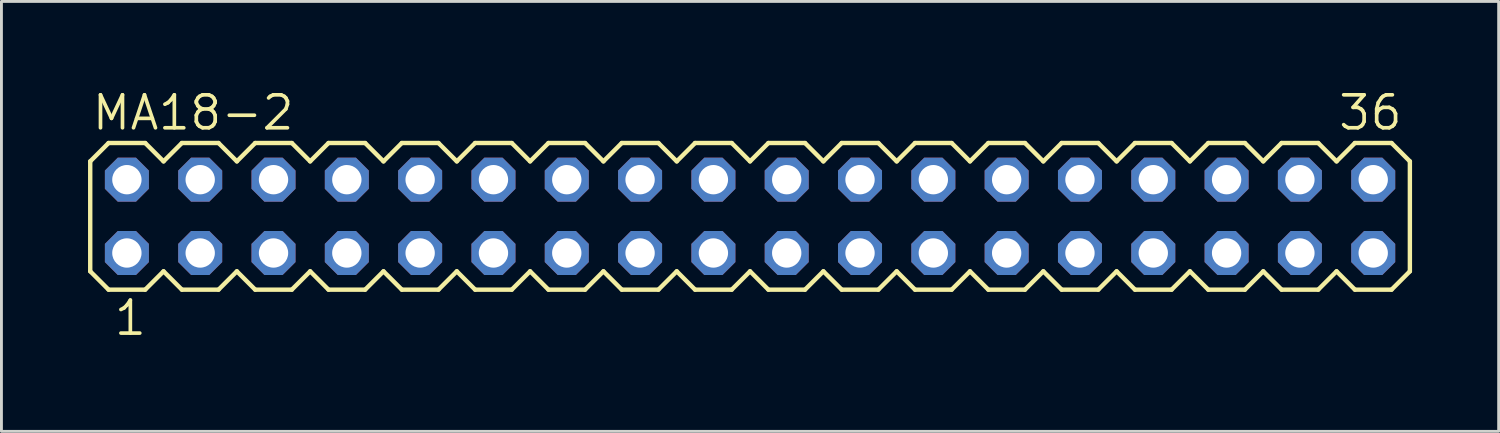
<source format=kicad_pcb>
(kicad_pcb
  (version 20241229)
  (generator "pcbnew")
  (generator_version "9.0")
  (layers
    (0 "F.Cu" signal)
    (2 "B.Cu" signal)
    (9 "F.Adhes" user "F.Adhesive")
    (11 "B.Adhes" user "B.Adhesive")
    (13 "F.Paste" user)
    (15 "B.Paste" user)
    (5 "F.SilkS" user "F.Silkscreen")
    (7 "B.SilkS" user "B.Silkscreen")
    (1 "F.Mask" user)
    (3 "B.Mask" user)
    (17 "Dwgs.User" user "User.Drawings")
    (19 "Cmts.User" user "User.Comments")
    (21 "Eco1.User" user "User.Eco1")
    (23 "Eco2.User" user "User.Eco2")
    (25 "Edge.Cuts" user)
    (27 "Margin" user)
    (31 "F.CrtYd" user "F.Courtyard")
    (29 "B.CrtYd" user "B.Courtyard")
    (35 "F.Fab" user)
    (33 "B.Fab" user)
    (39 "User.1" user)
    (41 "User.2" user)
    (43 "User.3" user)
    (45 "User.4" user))
  (footprint "MA18-2"
    (layer "F.Cu")
    (at 22.936 4.445)
    (property "Reference" "MA18-2" (at -22.86 -2.921 0) (unlocked yes) (layer "F.SilkS") (effects (font (size 1.143 1.143) (thickness 0.127)) (justify left bottom)))
    (fp_line (start -22.86 -1.905) (end -22.86 1.905) (stroke (width 0.152) (type solid)) (layer "F.SilkS"))
    (fp_line (start -22.86 1.905) (end -22.225 2.54) (stroke (width 0.152) (type solid)) (layer "F.SilkS"))
    (fp_line (start -22.225 -2.54) (end -22.86 -1.905) (stroke (width 0.152) (type solid)) (layer "F.SilkS"))
    (fp_line (start -22.225 -2.54) (end -20.955 -2.54) (stroke (width 0.152) (type solid)) (layer "F.SilkS"))
    (fp_line (start -20.955 -2.54) (end -20.32 -1.905) (stroke (width 0.152) (type solid)) (layer "F.SilkS"))
    (fp_line (start -20.955 2.54) (end -22.225 2.54) (stroke (width 0.152) (type solid)) (layer "F.SilkS"))
    (fp_line (start -20.32 -1.905) (end -19.685 -2.54) (stroke (width 0.152) (type solid)) (layer "F.SilkS"))
    (fp_line (start -20.32 1.905) (end -20.955 2.54) (stroke (width 0.152) (type solid)) (layer "F.SilkS"))
    (fp_line (start -19.685 -2.54) (end -18.415 -2.54) (stroke (width 0.152) (type solid)) (layer "F.SilkS"))
    (fp_line (start -19.685 2.54) (end -20.32 1.905) (stroke (width 0.152) (type solid)) (layer "F.SilkS"))
    (fp_line (start -18.415 -2.54) (end -17.78 -1.905) (stroke (width 0.152) (type solid)) (layer "F.SilkS"))
    (fp_line (start -18.415 2.54) (end -19.685 2.54) (stroke (width 0.152) (type solid)) (layer "F.SilkS"))
    (fp_line (start -17.78 -1.905) (end -17.145 -2.54) (stroke (width 0.152) (type solid)) (layer "F.SilkS"))
    (fp_line (start -17.78 1.905) (end -18.415 2.54) (stroke (width 0.152) (type solid)) (layer "F.SilkS"))
    (fp_line (start -17.145 -2.54) (end -15.875 -2.54) (stroke (width 0.152) (type solid)) (layer "F.SilkS"))
    (fp_line (start -17.145 2.54) (end -17.78 1.905) (stroke (width 0.152) (type solid)) (layer "F.SilkS"))
    (fp_line (start -15.875 -2.54) (end -15.24 -1.905) (stroke (width 0.152) (type solid)) (layer "F.SilkS"))
    (fp_line (start -15.875 2.54) (end -17.145 2.54) (stroke (width 0.152) (type solid)) (layer "F.SilkS"))
    (fp_line (start -15.24 1.905) (end -15.875 2.54) (stroke (width 0.152) (type solid)) (layer "F.SilkS"))
    (fp_line (start -15.24 1.905) (end -14.605 2.54) (stroke (width 0.152) (type solid)) (layer "F.SilkS"))
    (fp_line (start -14.605 -2.54) (end -15.24 -1.905) (stroke (width 0.152) (type solid)) (layer "F.SilkS"))
    (fp_line (start -14.605 -2.54) (end -13.335 -2.54) (stroke (width 0.152) (type solid)) (layer "F.SilkS"))
    (fp_line (start -13.335 -2.54) (end -12.7 -1.905) (stroke (width 0.152) (type solid)) (layer "F.SilkS"))
    (fp_line (start -13.335 2.54) (end -14.605 2.54) (stroke (width 0.152) (type solid)) (layer "F.SilkS"))
    (fp_line (start -12.7 -1.905) (end -12.065 -2.54) (stroke (width 0.152) (type solid)) (layer "F.SilkS"))
    (fp_line (start -12.7 1.905) (end -13.335 2.54) (stroke (width 0.152) (type solid)) (layer "F.SilkS"))
    (fp_line (start -12.065 -2.54) (end -10.795 -2.54) (stroke (width 0.152) (type solid)) (layer "F.SilkS"))
    (fp_line (start -12.065 2.54) (end -12.7 1.905) (stroke (width 0.152) (type solid)) (layer "F.SilkS"))
    (fp_line (start -10.795 -2.54) (end -10.16 -1.905) (stroke (width 0.152) (type solid)) (layer "F.SilkS"))
    (fp_line (start -10.795 2.54) (end -12.065 2.54) (stroke (width 0.152) (type solid)) (layer "F.SilkS"))
    (fp_line (start -10.16 -1.905) (end -9.525 -2.54) (stroke (width 0.152) (type solid)) (layer "F.SilkS"))
    (fp_line (start -10.16 1.905) (end -10.795 2.54) (stroke (width 0.152) (type solid)) (layer "F.SilkS"))
    (fp_line (start -9.525 -2.54) (end -8.255 -2.54) (stroke (width 0.152) (type solid)) (layer "F.SilkS"))
    (fp_line (start -9.525 2.54) (end -10.16 1.905) (stroke (width 0.152) (type solid)) (layer "F.SilkS"))
    (fp_line (start -8.255 -2.54) (end -7.62 -1.905) (stroke (width 0.152) (type solid)) (layer "F.SilkS"))
    (fp_line (start -8.255 2.54) (end -9.525 2.54) (stroke (width 0.152) (type solid)) (layer "F.SilkS"))
    (fp_line (start -7.62 -1.905) (end -6.985 -2.54) (stroke (width 0.152) (type solid)) (layer "F.SilkS"))
    (fp_line (start -7.62 1.905) (end -8.255 2.54) (stroke (width 0.152) (type solid)) (layer "F.SilkS"))
    (fp_line (start -6.985 -2.54) (end -5.715 -2.54) (stroke (width 0.152) (type solid)) (layer "F.SilkS"))
    (fp_line (start -6.985 2.54) (end -7.62 1.905) (stroke (width 0.152) (type solid)) (layer "F.SilkS"))
    (fp_line (start -5.715 -2.54) (end -5.08 -1.905) (stroke (width 0.152) (type solid)) (layer "F.SilkS"))
    (fp_line (start -5.715 2.54) (end -6.985 2.54) (stroke (width 0.152) (type solid)) (layer "F.SilkS"))
    (fp_line (start -5.08 1.905) (end -5.715 2.54) (stroke (width 0.152) (type solid)) (layer "F.SilkS"))
    (fp_line (start -5.08 1.905) (end -4.445 2.54) (stroke (width 0.152) (type solid)) (layer "F.SilkS"))
    (fp_line (start -4.445 -2.54) (end -5.08 -1.905) (stroke (width 0.152) (type solid)) (layer "F.SilkS"))
    (fp_line (start -4.445 -2.54) (end -3.175 -2.54) (stroke (width 0.152) (type solid)) (layer "F.SilkS"))
    (fp_line (start -3.175 -2.54) (end -2.54 -1.905) (stroke (width 0.152) (type solid)) (layer "F.SilkS"))
    (fp_line (start -3.175 2.54) (end -4.445 2.54) (stroke (width 0.152) (type solid)) (layer "F.SilkS"))
    (fp_line (start -2.54 -1.905) (end -1.905 -2.54) (stroke (width 0.152) (type solid)) (layer "F.SilkS"))
    (fp_line (start -2.54 1.905) (end -3.175 2.54) (stroke (width 0.152) (type solid)) (layer "F.SilkS"))
    (fp_line (start -1.905 -2.54) (end -0.635 -2.54) (stroke (width 0.152) (type solid)) (layer "F.SilkS"))
    (fp_line (start -1.905 2.54) (end -2.54 1.905) (stroke (width 0.152) (type solid)) (layer "F.SilkS"))
    (fp_line (start -0.635 -2.54) (end 0 -1.905) (stroke (width 0.152) (type solid)) (layer "F.SilkS"))
    (fp_line (start -0.635 2.54) (end -1.905 2.54) (stroke (width 0.152) (type solid)) (layer "F.SilkS"))
    (fp_line (start 0 -1.905) (end 0.635 -2.54) (stroke (width 0.152) (type solid)) (layer "F.SilkS"))
    (fp_line (start 0 1.905) (end -0.635 2.54) (stroke (width 0.152) (type solid)) (layer "F.SilkS"))
    (fp_line (start 0.635 -2.54) (end 1.905 -2.54) (stroke (width 0.152) (type solid)) (layer "F.SilkS"))
    (fp_line (start 0.635 2.54) (end 0 1.905) (stroke (width 0.152) (type solid)) (layer "F.SilkS"))
    (fp_line (start 1.905 -2.54) (end 2.54 -1.905) (stroke (width 0.152) (type solid)) (layer "F.SilkS"))
    (fp_line (start 1.905 2.54) (end 0.635 2.54) (stroke (width 0.152) (type solid)) (layer "F.SilkS"))
    (fp_line (start 2.54 1.905) (end 1.905 2.54) (stroke (width 0.152) (type solid)) (layer "F.SilkS"))
    (fp_line (start 2.54 1.905) (end 3.175 2.54) (stroke (width 0.152) (type solid)) (layer "F.SilkS"))
    (fp_line (start 3.175 -2.54) (end 2.54 -1.905) (stroke (width 0.152) (type solid)) (layer "F.SilkS"))
    (fp_line (start 3.175 -2.54) (end 4.445 -2.54) (stroke (width 0.152) (type solid)) (layer "F.SilkS"))
    (fp_line (start 4.445 -2.54) (end 5.08 -1.905) (stroke (width 0.152) (type solid)) (layer "F.SilkS"))
    (fp_line (start 4.445 2.54) (end 3.175 2.54) (stroke (width 0.152) (type solid)) (layer "F.SilkS"))
    (fp_line (start 5.08 -1.905) (end 5.715 -2.54) (stroke (width 0.152) (type solid)) (layer "F.SilkS"))
    (fp_line (start 5.08 1.905) (end 4.445 2.54) (stroke (width 0.152) (type solid)) (layer "F.SilkS"))
    (fp_line (start 5.715 -2.54) (end 6.985 -2.54) (stroke (width 0.152) (type solid)) (layer "F.SilkS"))
    (fp_line (start 5.715 2.54) (end 5.08 1.905) (stroke (width 0.152) (type solid)) (layer "F.SilkS"))
    (fp_line (start 6.985 -2.54) (end 7.62 -1.905) (stroke (width 0.152) (type solid)) (layer "F.SilkS"))
    (fp_line (start 6.985 2.54) (end 5.715 2.54) (stroke (width 0.152) (type solid)) (layer "F.SilkS"))
    (fp_line (start 7.62 -1.905) (end 8.255 -2.54) (stroke (width 0.152) (type solid)) (layer "F.SilkS"))
    (fp_line (start 7.62 1.905) (end 6.985 2.54) (stroke (width 0.152) (type solid)) (layer "F.SilkS"))
    (fp_line (start 8.255 -2.54) (end 9.525 -2.54) (stroke (width 0.152) (type solid)) (layer "F.SilkS"))
    (fp_line (start 8.255 2.54) (end 7.62 1.905) (stroke (width 0.152) (type solid)) (layer "F.SilkS"))
    (fp_line (start 9.525 -2.54) (end 10.16 -1.905) (stroke (width 0.152) (type solid)) (layer "F.SilkS"))
    (fp_line (start 9.525 2.54) (end 8.255 2.54) (stroke (width 0.152) (type solid)) (layer "F.SilkS"))
    (fp_line (start 10.16 -1.905) (end 10.795 -2.54) (stroke (width 0.152) (type solid)) (layer "F.SilkS"))
    (fp_line (start 10.16 1.905) (end 9.525 2.54) (stroke (width 0.152) (type solid)) (layer "F.SilkS"))
    (fp_line (start 10.795 -2.54) (end 12.065 -2.54) (stroke (width 0.152) (type solid)) (layer "F.SilkS"))
    (fp_line (start 10.795 2.54) (end 10.16 1.905) (stroke (width 0.152) (type solid)) (layer "F.SilkS"))
    (fp_line (start 12.065 -2.54) (end 12.7 -1.905) (stroke (width 0.152) (type solid)) (layer "F.SilkS"))
    (fp_line (start 12.065 2.54) (end 10.795 2.54) (stroke (width 0.152) (type solid)) (layer "F.SilkS"))
    (fp_line (start 12.7 1.905) (end 12.065 2.54) (stroke (width 0.152) (type solid)) (layer "F.SilkS"))
    (fp_line (start 12.7 1.905) (end 13.335 2.54) (stroke (width 0.152) (type solid)) (layer "F.SilkS"))
    (fp_line (start 13.335 -2.54) (end 12.7 -1.905) (stroke (width 0.152) (type solid)) (layer "F.SilkS"))
    (fp_line (start 13.335 -2.54) (end 14.605 -2.54) (stroke (width 0.152) (type solid)) (layer "F.SilkS"))
    (fp_line (start 14.605 -2.54) (end 15.24 -1.905) (stroke (width 0.152) (type solid)) (layer "F.SilkS"))
    (fp_line (start 14.605 2.54) (end 13.335 2.54) (stroke (width 0.152) (type solid)) (layer "F.SilkS"))
    (fp_line (start 15.24 -1.905) (end 15.875 -2.54) (stroke (width 0.152) (type solid)) (layer "F.SilkS"))
    (fp_line (start 15.24 1.905) (end 14.605 2.54) (stroke (width 0.152) (type solid)) (layer "F.SilkS"))
    (fp_line (start 15.875 -2.54) (end 17.145 -2.54) (stroke (width 0.152) (type solid)) (layer "F.SilkS"))
    (fp_line (start 15.875 2.54) (end 15.24 1.905) (stroke (width 0.152) (type solid)) (layer "F.SilkS"))
    (fp_line (start 17.145 -2.54) (end 17.78 -1.905) (stroke (width 0.152) (type solid)) (layer "F.SilkS"))
    (fp_line (start 17.145 2.54) (end 15.875 2.54) (stroke (width 0.152) (type solid)) (layer "F.SilkS"))
    (fp_line (start 17.78 -1.905) (end 18.415 -2.54) (stroke (width 0.152) (type solid)) (layer "F.SilkS"))
    (fp_line (start 17.78 1.905) (end 17.145 2.54) (stroke (width 0.152) (type solid)) (layer "F.SilkS"))
    (fp_line (start 18.415 -2.54) (end 19.685 -2.54) (stroke (width 0.152) (type solid)) (layer "F.SilkS"))
    (fp_line (start 18.415 2.54) (end 17.78 1.905) (stroke (width 0.152) (type solid)) (layer "F.SilkS"))
    (fp_line (start 19.685 -2.54) (end 20.32 -1.905) (stroke (width 0.152) (type solid)) (layer "F.SilkS"))
    (fp_line (start 19.685 2.54) (end 18.415 2.54) (stroke (width 0.152) (type solid)) (layer "F.SilkS"))
    (fp_line (start 20.32 -1.905) (end 20.955 -2.54) (stroke (width 0.152) (type solid)) (layer "F.SilkS"))
    (fp_line (start 20.32 1.905) (end 19.685 2.54) (stroke (width 0.152) (type solid)) (layer "F.SilkS"))
    (fp_line (start 20.955 -2.54) (end 22.225 -2.54) (stroke (width 0.152) (type solid)) (layer "F.SilkS"))
    (fp_line (start 20.955 2.54) (end 20.32 1.905) (stroke (width 0.152) (type solid)) (layer "F.SilkS"))
    (fp_line (start 22.225 -2.54) (end 22.86 -1.905) (stroke (width 0.152) (type solid)) (layer "F.SilkS"))
    (fp_line (start 22.225 2.54) (end 20.955 2.54) (stroke (width 0.152) (type solid)) (layer "F.SilkS"))
    (fp_line (start 22.86 -1.905) (end 22.86 1.905) (stroke (width 0.152) (type solid)) (layer "F.SilkS"))
    (fp_line (start 22.86 1.905) (end 22.225 2.54) (stroke (width 0.152) (type solid)) (layer "F.SilkS"))
    (fp_poly (pts (xy -21.844 -1.016) (xy -21.336 -1.016) (xy -21.336 -1.524) (xy -21.844 -1.524)) (stroke (width 0.1) (type default)) (fill no) (layer "F.Fab"))
    (fp_poly (pts (xy -21.844 1.524) (xy -21.336 1.524) (xy -21.336 1.016) (xy -21.844 1.016)) (stroke (width 0.1) (type default)) (fill no) (layer "F.Fab"))
    (fp_poly (pts (xy -19.304 -1.016) (xy -18.796 -1.016) (xy -18.796 -1.524) (xy -19.304 -1.524)) (stroke (width 0.1) (type default)) (fill no) (layer "F.Fab"))
    (fp_poly (pts (xy -19.304 1.524) (xy -18.796 1.524) (xy -18.796 1.016) (xy -19.304 1.016)) (stroke (width 0.1) (type default)) (fill no) (layer "F.Fab"))
    (fp_poly (pts (xy -16.764 -1.016) (xy -16.256 -1.016) (xy -16.256 -1.524) (xy -16.764 -1.524)) (stroke (width 0.1) (type default)) (fill no) (layer "F.Fab"))
    (fp_poly (pts (xy -16.764 1.524) (xy -16.256 1.524) (xy -16.256 1.016) (xy -16.764 1.016)) (stroke (width 0.1) (type default)) (fill no) (layer "F.Fab"))
    (fp_poly (pts (xy -14.224 -1.016) (xy -13.716 -1.016) (xy -13.716 -1.524) (xy -14.224 -1.524)) (stroke (width 0.1) (type default)) (fill no) (layer "F.Fab"))
    (fp_poly (pts (xy -14.224 1.524) (xy -13.716 1.524) (xy -13.716 1.016) (xy -14.224 1.016)) (stroke (width 0.1) (type default)) (fill no) (layer "F.Fab"))
    (fp_poly (pts (xy -11.684 -1.016) (xy -11.176 -1.016) (xy -11.176 -1.524) (xy -11.684 -1.524)) (stroke (width 0.1) (type default)) (fill no) (layer "F.Fab"))
    (fp_poly (pts (xy -11.684 1.524) (xy -11.176 1.524) (xy -11.176 1.016) (xy -11.684 1.016)) (stroke (width 0.1) (type default)) (fill no) (layer "F.Fab"))
    (fp_poly (pts (xy -9.144 -1.016) (xy -8.636 -1.016) (xy -8.636 -1.524) (xy -9.144 -1.524)) (stroke (width 0.1) (type default)) (fill no) (layer "F.Fab"))
    (fp_poly (pts (xy -9.144 1.524) (xy -8.636 1.524) (xy -8.636 1.016) (xy -9.144 1.016)) (stroke (width 0.1) (type default)) (fill no) (layer "F.Fab"))
    (fp_poly (pts (xy -6.604 -1.016) (xy -6.096 -1.016) (xy -6.096 -1.524) (xy -6.604 -1.524)) (stroke (width 0.1) (type default)) (fill no) (layer "F.Fab"))
    (fp_poly (pts (xy -6.604 1.524) (xy -6.096 1.524) (xy -6.096 1.016) (xy -6.604 1.016)) (stroke (width 0.1) (type default)) (fill no) (layer "F.Fab"))
    (fp_poly (pts (xy -4.064 -1.016) (xy -3.556 -1.016) (xy -3.556 -1.524) (xy -4.064 -1.524)) (stroke (width 0.1) (type default)) (fill no) (layer "F.Fab"))
    (fp_poly (pts (xy -4.064 1.524) (xy -3.556 1.524) (xy -3.556 1.016) (xy -4.064 1.016)) (stroke (width 0.1) (type default)) (fill no) (layer "F.Fab"))
    (fp_poly (pts (xy -1.524 -1.016) (xy -1.016 -1.016) (xy -1.016 -1.524) (xy -1.524 -1.524)) (stroke (width 0.1) (type default)) (fill no) (layer "F.Fab"))
    (fp_poly (pts (xy -1.524 1.524) (xy -1.016 1.524) (xy -1.016 1.016) (xy -1.524 1.016)) (stroke (width 0.1) (type default)) (fill no) (layer "F.Fab"))
    (fp_poly (pts (xy 1.016 -1.016) (xy 1.524 -1.016) (xy 1.524 -1.524) (xy 1.016 -1.524)) (stroke (width 0.1) (type default)) (fill no) (layer "F.Fab"))
    (fp_poly (pts (xy 1.016 1.524) (xy 1.524 1.524) (xy 1.524 1.016) (xy 1.016 1.016)) (stroke (width 0.1) (type default)) (fill no) (layer "F.Fab"))
    (fp_poly (pts (xy 3.556 -1.016) (xy 4.064 -1.016) (xy 4.064 -1.524) (xy 3.556 -1.524)) (stroke (width 0.1) (type default)) (fill no) (layer "F.Fab"))
    (fp_poly (pts (xy 3.556 1.524) (xy 4.064 1.524) (xy 4.064 1.016) (xy 3.556 1.016)) (stroke (width 0.1) (type default)) (fill no) (layer "F.Fab"))
    (fp_poly (pts (xy 6.096 -1.016) (xy 6.604 -1.016) (xy 6.604 -1.524) (xy 6.096 -1.524)) (stroke (width 0.1) (type default)) (fill no) (layer "F.Fab"))
    (fp_poly (pts (xy 6.096 1.524) (xy 6.604 1.524) (xy 6.604 1.016) (xy 6.096 1.016)) (stroke (width 0.1) (type default)) (fill no) (layer "F.Fab"))
    (fp_poly (pts (xy 8.636 -1.016) (xy 9.144 -1.016) (xy 9.144 -1.524) (xy 8.636 -1.524)) (stroke (width 0.1) (type default)) (fill no) (layer "F.Fab"))
    (fp_poly (pts (xy 8.636 1.524) (xy 9.144 1.524) (xy 9.144 1.016) (xy 8.636 1.016)) (stroke (width 0.1) (type default)) (fill no) (layer "F.Fab"))
    (fp_poly (pts (xy 11.176 -1.016) (xy 11.684 -1.016) (xy 11.684 -1.524) (xy 11.176 -1.524)) (stroke (width 0.1) (type default)) (fill no) (layer "F.Fab"))
    (fp_poly (pts (xy 11.176 1.524) (xy 11.684 1.524) (xy 11.684 1.016) (xy 11.176 1.016)) (stroke (width 0.1) (type default)) (fill no) (layer "F.Fab"))
    (fp_poly (pts (xy 13.716 -1.016) (xy 14.224 -1.016) (xy 14.224 -1.524) (xy 13.716 -1.524)) (stroke (width 0.1) (type default)) (fill no) (layer "F.Fab"))
    (fp_poly (pts (xy 13.716 1.524) (xy 14.224 1.524) (xy 14.224 1.016) (xy 13.716 1.016)) (stroke (width 0.1) (type default)) (fill no) (layer "F.Fab"))
    (fp_poly (pts (xy 16.256 -1.016) (xy 16.764 -1.016) (xy 16.764 -1.524) (xy 16.256 -1.524)) (stroke (width 0.1) (type default)) (fill no) (layer "F.Fab"))
    (fp_poly (pts (xy 16.256 1.524) (xy 16.764 1.524) (xy 16.764 1.016) (xy 16.256 1.016)) (stroke (width 0.1) (type default)) (fill no) (layer "F.Fab"))
    (fp_poly (pts (xy 18.796 -1.016) (xy 19.304 -1.016) (xy 19.304 -1.524) (xy 18.796 -1.524)) (stroke (width 0.1) (type default)) (fill no) (layer "F.Fab"))
    (fp_poly (pts (xy 18.796 1.524) (xy 19.304 1.524) (xy 19.304 1.016) (xy 18.796 1.016)) (stroke (width 0.1) (type default)) (fill no) (layer "F.Fab"))
    (fp_poly (pts (xy 21.336 -1.016) (xy 21.844 -1.016) (xy 21.844 -1.524) (xy 21.336 -1.524)) (stroke (width 0.1) (type default)) (fill no) (layer "F.Fab"))
    (fp_poly (pts (xy 21.336 1.524) (xy 21.844 1.524) (xy 21.844 1.016) (xy 21.336 1.016)) (stroke (width 0.1) (type default)) (fill no) (layer "F.Fab"))
    (fp_text user "1" (at -22.098 4.191 0) (unlocked yes) (layer "F.SilkS") (effects (font (size 1.143 1.143) (thickness 0.127)) (justify left bottom)))
    (fp_text user "36" (at 20.32 -2.921 0) (unlocked yes) (layer "F.SilkS") (effects (font (size 1.143 1.143) (thickness 0.127)) (justify left bottom)))
    (pad "1" thru_hole roundrect (at -21.59 1.27) (size 1.524 1.524) (drill 1.016) (layers "*.Cu" "*.Mask") (roundrect_rratio 0.25) (chamfer_ratio 0.293) (chamfer top_left top_right bottom_left bottom_right))
    (pad "2" thru_hole roundrect (at -21.59 -1.27) (size 1.524 1.524) (drill 1.016) (layers "*.Cu" "*.Mask") (roundrect_rratio 0.25) (chamfer_ratio 0.293) (chamfer top_left top_right bottom_left bottom_right))
    (pad "3" thru_hole roundrect (at -19.05 1.27) (size 1.524 1.524) (drill 1.016) (layers "*.Cu" "*.Mask") (roundrect_rratio 0.25) (chamfer_ratio 0.293) (chamfer top_left top_right bottom_left bottom_right))
    (pad "4" thru_hole roundrect (at -19.05 -1.27) (size 1.524 1.524) (drill 1.016) (layers "*.Cu" "*.Mask") (roundrect_rratio 0.25) (chamfer_ratio 0.293) (chamfer top_left top_right bottom_left bottom_right))
    (pad "5" thru_hole roundrect (at -16.51 1.27) (size 1.524 1.524) (drill 1.016) (layers "*.Cu" "*.Mask") (roundrect_rratio 0.25) (chamfer_ratio 0.293) (chamfer top_left top_right bottom_left bottom_right))
    (pad "6" thru_hole roundrect (at -16.51 -1.27) (size 1.524 1.524) (drill 1.016) (layers "*.Cu" "*.Mask") (roundrect_rratio 0.25) (chamfer_ratio 0.293) (chamfer top_left top_right bottom_left bottom_right))
    (pad "7" thru_hole roundrect (at -13.97 1.27) (size 1.524 1.524) (drill 1.016) (layers "*.Cu" "*.Mask") (roundrect_rratio 0.25) (chamfer_ratio 0.293) (chamfer top_left top_right bottom_left bottom_right))
    (pad "8" thru_hole roundrect (at -13.97 -1.27) (size 1.524 1.524) (drill 1.016) (layers "*.Cu" "*.Mask") (roundrect_rratio 0.25) (chamfer_ratio 0.293) (chamfer top_left top_right bottom_left bottom_right))
    (pad "9" thru_hole roundrect (at -11.43 1.27) (size 1.524 1.524) (drill 1.016) (layers "*.Cu" "*.Mask") (roundrect_rratio 0.25) (chamfer_ratio 0.293) (chamfer top_left top_right bottom_left bottom_right))
    (pad "10" thru_hole roundrect (at -11.43 -1.27) (size 1.524 1.524) (drill 1.016) (layers "*.Cu" "*.Mask") (roundrect_rratio 0.25) (chamfer_ratio 0.293) (chamfer top_left top_right bottom_left bottom_right))
    (pad "11" thru_hole roundrect (at -8.89 1.27) (size 1.524 1.524) (drill 1.016) (layers "*.Cu" "*.Mask") (roundrect_rratio 0.25) (chamfer_ratio 0.293) (chamfer top_left top_right bottom_left bottom_right))
    (pad "12" thru_hole roundrect (at -8.89 -1.27) (size 1.524 1.524) (drill 1.016) (layers "*.Cu" "*.Mask") (roundrect_rratio 0.25) (chamfer_ratio 0.293) (chamfer top_left top_right bottom_left bottom_right))
    (pad "13" thru_hole roundrect (at -6.35 1.27) (size 1.524 1.524) (drill 1.016) (layers "*.Cu" "*.Mask") (roundrect_rratio 0.25) (chamfer_ratio 0.293) (chamfer top_left top_right bottom_left bottom_right))
    (pad "14" thru_hole roundrect (at -6.35 -1.27) (size 1.524 1.524) (drill 1.016) (layers "*.Cu" "*.Mask") (roundrect_rratio 0.25) (chamfer_ratio 0.293) (chamfer top_left top_right bottom_left bottom_right))
    (pad "15" thru_hole roundrect (at -3.81 1.27) (size 1.524 1.524) (drill 1.016) (layers "*.Cu" "*.Mask") (roundrect_rratio 0.25) (chamfer_ratio 0.293) (chamfer top_left top_right bottom_left bottom_right))
    (pad "16" thru_hole roundrect (at -3.81 -1.27) (size 1.524 1.524) (drill 1.016) (layers "*.Cu" "*.Mask") (roundrect_rratio 0.25) (chamfer_ratio 0.293) (chamfer top_left top_right bottom_left bottom_right))
    (pad "17" thru_hole roundrect (at -1.27 1.27) (size 1.524 1.524) (drill 1.016) (layers "*.Cu" "*.Mask") (roundrect_rratio 0.25) (chamfer_ratio 0.293) (chamfer top_left top_right bottom_left bottom_right))
    (pad "18" thru_hole roundrect (at -1.27 -1.27) (size 1.524 1.524) (drill 1.016) (layers "*.Cu" "*.Mask") (roundrect_rratio 0.25) (chamfer_ratio 0.293) (chamfer top_left top_right bottom_left bottom_right))
    (pad "19" thru_hole roundrect (at 1.27 1.27) (size 1.524 1.524) (drill 1.016) (layers "*.Cu" "*.Mask") (roundrect_rratio 0.25) (chamfer_ratio 0.293) (chamfer top_left top_right bottom_left bottom_right))
    (pad "20" thru_hole roundrect (at 1.27 -1.27) (size 1.524 1.524) (drill 1.016) (layers "*.Cu" "*.Mask") (roundrect_rratio 0.25) (chamfer_ratio 0.293) (chamfer top_left top_right bottom_left bottom_right))
    (pad "21" thru_hole roundrect (at 3.81 1.27) (size 1.524 1.524) (drill 1.016) (layers "*.Cu" "*.Mask") (roundrect_rratio 0.25) (chamfer_ratio 0.293) (chamfer top_left top_right bottom_left bottom_right))
    (pad "22" thru_hole roundrect (at 3.81 -1.27) (size 1.524 1.524) (drill 1.016) (layers "*.Cu" "*.Mask") (roundrect_rratio 0.25) (chamfer_ratio 0.293) (chamfer top_left top_right bottom_left bottom_right))
    (pad "23" thru_hole roundrect (at 6.35 1.27) (size 1.524 1.524) (drill 1.016) (layers "*.Cu" "*.Mask") (roundrect_rratio 0.25) (chamfer_ratio 0.293) (chamfer top_left top_right bottom_left bottom_right))
    (pad "24" thru_hole roundrect (at 6.35 -1.27) (size 1.524 1.524) (drill 1.016) (layers "*.Cu" "*.Mask") (roundrect_rratio 0.25) (chamfer_ratio 0.293) (chamfer top_left top_right bottom_left bottom_right))
    (pad "25" thru_hole roundrect (at 8.89 1.27) (size 1.524 1.524) (drill 1.016) (layers "*.Cu" "*.Mask") (roundrect_rratio 0.25) (chamfer_ratio 0.293) (chamfer top_left top_right bottom_left bottom_right))
    (pad "26" thru_hole roundrect (at 8.89 -1.27) (size 1.524 1.524) (drill 1.016) (layers "*.Cu" "*.Mask") (roundrect_rratio 0.25) (chamfer_ratio 0.293) (chamfer top_left top_right bottom_left bottom_right))
    (pad "27" thru_hole roundrect (at 11.43 1.27) (size 1.524 1.524) (drill 1.016) (layers "*.Cu" "*.Mask") (roundrect_rratio 0.25) (chamfer_ratio 0.293) (chamfer top_left top_right bottom_left bottom_right))
    (pad "28" thru_hole roundrect (at 11.43 -1.27) (size 1.524 1.524) (drill 1.016) (layers "*.Cu" "*.Mask") (roundrect_rratio 0.25) (chamfer_ratio 0.293) (chamfer top_left top_right bottom_left bottom_right))
    (pad "29" thru_hole roundrect (at 13.97 1.27) (size 1.524 1.524) (drill 1.016) (layers "*.Cu" "*.Mask") (roundrect_rratio 0.25) (chamfer_ratio 0.293) (chamfer top_left top_right bottom_left bottom_right))
    (pad "30" thru_hole roundrect (at 13.97 -1.27) (size 1.524 1.524) (drill 1.016) (layers "*.Cu" "*.Mask") (roundrect_rratio 0.25) (chamfer_ratio 0.293) (chamfer top_left top_right bottom_left bottom_right))
    (pad "31" thru_hole roundrect (at 16.51 1.27) (size 1.524 1.524) (drill 1.016) (layers "*.Cu" "*.Mask") (roundrect_rratio 0.25) (chamfer_ratio 0.293) (chamfer top_left top_right bottom_left bottom_right))
    (pad "32" thru_hole roundrect (at 16.51 -1.27) (size 1.524 1.524) (drill 1.016) (layers "*.Cu" "*.Mask") (roundrect_rratio 0.25) (chamfer_ratio 0.293) (chamfer top_left top_right bottom_left bottom_right))
    (pad "33" thru_hole roundrect (at 19.05 1.27) (size 1.524 1.524) (drill 1.016) (layers "*.Cu" "*.Mask") (roundrect_rratio 0.25) (chamfer_ratio 0.293) (chamfer top_left top_right bottom_left bottom_right))
    (pad "34" thru_hole roundrect (at 19.05 -1.27) (size 1.524 1.524) (drill 1.016) (layers "*.Cu" "*.Mask") (roundrect_rratio 0.25) (chamfer_ratio 0.293) (chamfer top_left top_right bottom_left bottom_right))
    (pad "35" thru_hole roundrect (at 21.59 1.27) (size 1.524 1.524) (drill 1.016) (layers "*.Cu" "*.Mask") (roundrect_rratio 0.25) (chamfer_ratio 0.293) (chamfer top_left top_right bottom_left bottom_right))
    (pad "36" thru_hole roundrect (at 21.59 -1.27) (size 1.524 1.524) (drill 1.016) (layers "*.Cu" "*.Mask") (roundrect_rratio 0.25) (chamfer_ratio 0.293) (chamfer top_left top_right bottom_left bottom_right)))
  (gr_rect
    (start -3 -3)
    (end 48.872 11.895)
    (stroke (width 0.1) (type default))
    (fill no)
    (layer "Edge.Cuts")))
</source>
